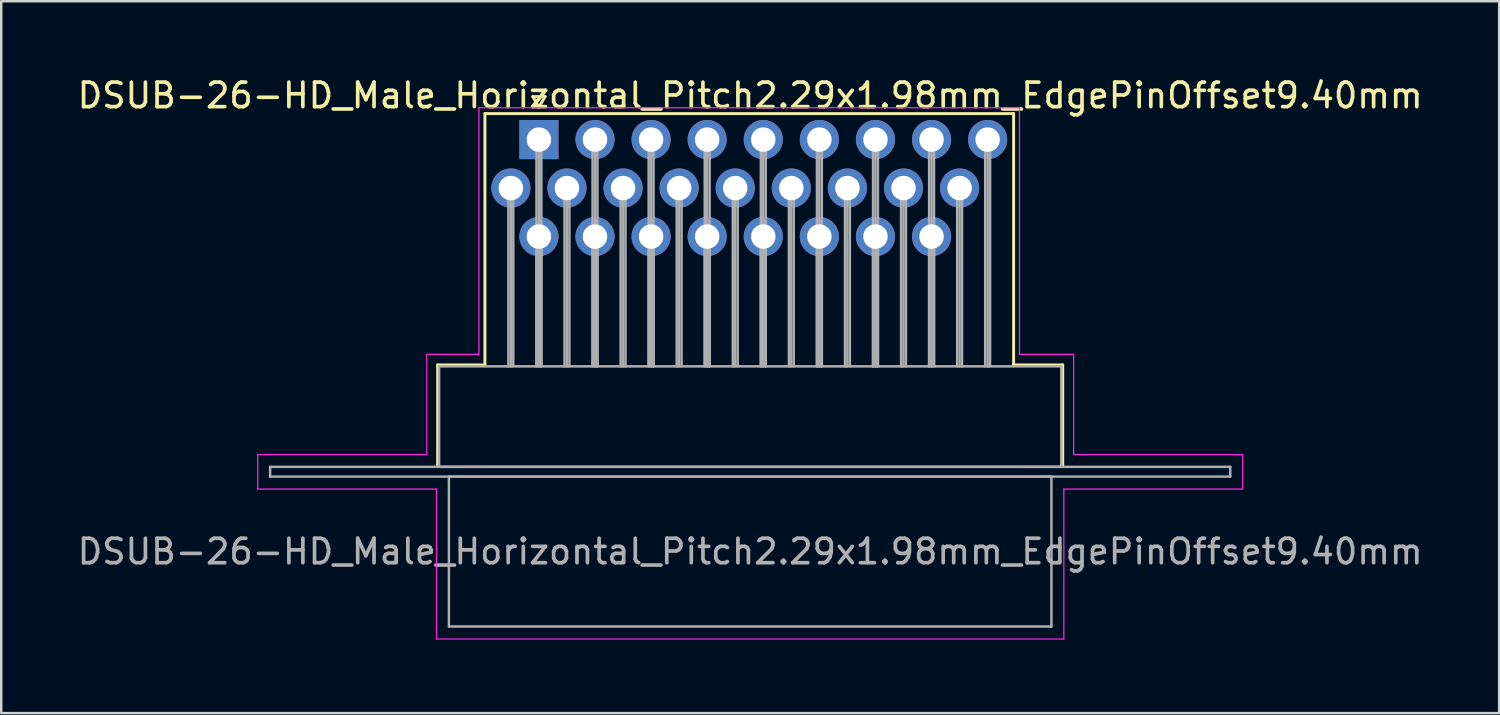
<source format=kicad_pcb>
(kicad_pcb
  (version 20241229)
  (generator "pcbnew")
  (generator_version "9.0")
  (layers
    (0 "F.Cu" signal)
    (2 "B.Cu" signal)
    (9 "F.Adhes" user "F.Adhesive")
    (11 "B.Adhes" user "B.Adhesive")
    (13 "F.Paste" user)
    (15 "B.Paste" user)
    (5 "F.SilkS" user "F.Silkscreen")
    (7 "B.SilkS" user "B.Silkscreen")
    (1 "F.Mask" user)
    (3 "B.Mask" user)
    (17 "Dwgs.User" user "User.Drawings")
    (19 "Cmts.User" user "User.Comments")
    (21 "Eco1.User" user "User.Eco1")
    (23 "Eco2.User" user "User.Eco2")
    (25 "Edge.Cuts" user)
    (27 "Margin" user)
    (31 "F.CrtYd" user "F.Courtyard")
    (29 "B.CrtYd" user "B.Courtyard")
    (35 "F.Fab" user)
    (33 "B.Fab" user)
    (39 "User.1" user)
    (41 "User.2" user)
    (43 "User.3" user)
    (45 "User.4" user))
  (footprint "DSUB-26-HD_Male_Horizontal_Pitch2.29x1.98mm_EdgePinOffset9.40mm"
    (layer "F.Cu")
    (at 18.952 2.648)
    (property "Reference" "DSUB-26-HD_Male_Horizontal_Pitch2.29x1.98mm_EdgePinOffset9.40mm" (at 8.625 -1.8 0) (layer "F.SilkS") (effects (font (size 1 1) (thickness 0.15))))
    (attr through_hole)
    (fp_line (start -4.135 9.2) (end -2.205 9.2) (stroke (width 0.12) (type solid)) (layer "F.SilkS"))
    (fp_line (start -4.135 13.3) (end -4.135 9.2) (stroke (width 0.12) (type solid)) (layer "F.SilkS"))
    (fp_line (start -2.205 -1.06) (end 19.38 -1.06) (stroke (width 0.12) (type solid)) (layer "F.SilkS"))
    (fp_line (start -2.205 9.2) (end -2.205 -1.06) (stroke (width 0.12) (type solid)) (layer "F.SilkS"))
    (fp_line (start -0.25 -1.754) (end 0.25 -1.754) (stroke (width 0.12) (type solid)) (layer "F.SilkS"))
    (fp_line (start 0 -1.321) (end -0.25 -1.754) (stroke (width 0.12) (type solid)) (layer "F.SilkS"))
    (fp_line (start 0.25 -1.754) (end 0 -1.321) (stroke (width 0.12) (type solid)) (layer "F.SilkS"))
    (fp_line (start 19.38 -1.06) (end 19.38 9.2) (stroke (width 0.12) (type solid)) (layer "F.SilkS"))
    (fp_line (start 19.38 9.2) (end 21.385 9.2) (stroke (width 0.12) (type solid)) (layer "F.SilkS"))
    (fp_line (start 21.385 9.2) (end 21.385 13.3) (stroke (width 0.12) (type solid)) (layer "F.SilkS"))
    (fp_line (start -11.48 12.86) (end -4.58 12.86) (stroke (width 0.05) (type solid)) (layer "F.CrtYd"))
    (fp_line (start -11.48 14.27) (end -11.48 12.86) (stroke (width 0.05) (type solid)) (layer "F.CrtYd"))
    (fp_line (start -4.58 8.77) (end -2.45 8.77) (stroke (width 0.05) (type solid)) (layer "F.CrtYd"))
    (fp_line (start -4.58 12.86) (end -4.58 8.77) (stroke (width 0.05) (type solid)) (layer "F.CrtYd"))
    (fp_line (start -4.18 14.27) (end -11.48 14.27) (stroke (width 0.05) (type solid)) (layer "F.CrtYd"))
    (fp_line (start -4.18 20.39) (end -4.18 14.27) (stroke (width 0.05) (type solid)) (layer "F.CrtYd"))
    (fp_line (start -2.45 -1.3) (end 19.62 -1.3) (stroke (width 0.05) (type solid)) (layer "F.CrtYd"))
    (fp_line (start -2.45 8.77) (end -2.45 -1.3) (stroke (width 0.05) (type solid)) (layer "F.CrtYd"))
    (fp_line (start 19.62 -1.3) (end 19.62 8.77) (stroke (width 0.05) (type solid)) (layer "F.CrtYd"))
    (fp_line (start 19.62 8.77) (end 21.83 8.77) (stroke (width 0.05) (type solid)) (layer "F.CrtYd"))
    (fp_line (start 21.43 14.27) (end 21.43 20.39) (stroke (width 0.05) (type solid)) (layer "F.CrtYd"))
    (fp_line (start 21.43 20.39) (end -4.18 20.39) (stroke (width 0.05) (type solid)) (layer "F.CrtYd"))
    (fp_line (start 21.83 8.77) (end 21.83 12.86) (stroke (width 0.05) (type solid)) (layer "F.CrtYd"))
    (fp_line (start 21.83 12.86) (end 28.73 12.86) (stroke (width 0.05) (type solid)) (layer "F.CrtYd"))
    (fp_line (start 28.73 12.86) (end 28.73 14.27) (stroke (width 0.05) (type solid)) (layer "F.CrtYd"))
    (fp_line (start 28.73 14.27) (end 21.43 14.27) (stroke (width 0.05) (type solid)) (layer "F.CrtYd"))
    (fp_line (start -10.975 13.36) (end -10.975 13.76) (stroke (width 0.1) (type solid)) (layer "F.Fab"))
    (fp_line (start -10.975 13.76) (end 28.225 13.76) (stroke (width 0.1) (type solid)) (layer "F.Fab"))
    (fp_line (start -4.075 9.26) (end -4.075 13.36) (stroke (width 0.1) (type solid)) (layer "F.Fab"))
    (fp_line (start -4.075 13.36) (end 21.325 13.36) (stroke (width 0.1) (type solid)) (layer "F.Fab"))
    (fp_line (start -3.675 13.76) (end -3.675 19.88) (stroke (width 0.1) (type solid)) (layer "F.Fab"))
    (fp_line (start -3.675 19.88) (end 20.925 19.88) (stroke (width 0.1) (type solid)) (layer "F.Fab"))
    (fp_line (start -1.245 1.98) (end -1.245 9.26) (stroke (width 0.1) (type solid)) (layer "F.Fab"))
    (fp_line (start -1.145 1.98) (end -1.145 9.26) (stroke (width 0.1) (type solid)) (layer "F.Fab"))
    (fp_line (start -1.045 1.98) (end -1.045 9.26) (stroke (width 0.1) (type solid)) (layer "F.Fab"))
    (fp_line (start -0.1 0) (end -0.1 9.26) (stroke (width 0.1) (type solid)) (layer "F.Fab"))
    (fp_line (start -0.1 3.96) (end -0.1 9.26) (stroke (width 0.1) (type solid)) (layer "F.Fab"))
    (fp_line (start 0 0) (end 0 9.26) (stroke (width 0.1) (type solid)) (layer "F.Fab"))
    (fp_line (start 0 3.96) (end 0 9.26) (stroke (width 0.1) (type solid)) (layer "F.Fab"))
    (fp_line (start 0.1 0) (end 0.1 9.26) (stroke (width 0.1) (type solid)) (layer "F.Fab"))
    (fp_line (start 0.1 3.96) (end 0.1 9.26) (stroke (width 0.1) (type solid)) (layer "F.Fab"))
    (fp_line (start 1.045 1.98) (end 1.045 9.26) (stroke (width 0.1) (type solid)) (layer "F.Fab"))
    (fp_line (start 1.145 1.98) (end 1.145 9.26) (stroke (width 0.1) (type solid)) (layer "F.Fab"))
    (fp_line (start 1.245 1.98) (end 1.245 9.26) (stroke (width 0.1) (type solid)) (layer "F.Fab"))
    (fp_line (start 2.19 0) (end 2.19 9.26) (stroke (width 0.1) (type solid)) (layer "F.Fab"))
    (fp_line (start 2.19 3.96) (end 2.19 9.26) (stroke (width 0.1) (type solid)) (layer "F.Fab"))
    (fp_line (start 2.29 0) (end 2.29 9.26) (stroke (width 0.1) (type solid)) (layer "F.Fab"))
    (fp_line (start 2.29 3.96) (end 2.29 9.26) (stroke (width 0.1) (type solid)) (layer "F.Fab"))
    (fp_line (start 2.39 0) (end 2.39 9.26) (stroke (width 0.1) (type solid)) (layer "F.Fab"))
    (fp_line (start 2.39 3.96) (end 2.39 9.26) (stroke (width 0.1) (type solid)) (layer "F.Fab"))
    (fp_line (start 3.335 1.98) (end 3.335 9.26) (stroke (width 0.1) (type solid)) (layer "F.Fab"))
    (fp_line (start 3.435 1.98) (end 3.435 9.26) (stroke (width 0.1) (type solid)) (layer "F.Fab"))
    (fp_line (start 3.535 1.98) (end 3.535 9.26) (stroke (width 0.1) (type solid)) (layer "F.Fab"))
    (fp_line (start 4.48 0) (end 4.48 9.26) (stroke (width 0.1) (type solid)) (layer "F.Fab"))
    (fp_line (start 4.48 3.96) (end 4.48 9.26) (stroke (width 0.1) (type solid)) (layer "F.Fab"))
    (fp_line (start 4.58 0) (end 4.58 9.26) (stroke (width 0.1) (type solid)) (layer "F.Fab"))
    (fp_line (start 4.58 3.96) (end 4.58 9.26) (stroke (width 0.1) (type solid)) (layer "F.Fab"))
    (fp_line (start 4.68 0) (end 4.68 9.26) (stroke (width 0.1) (type solid)) (layer "F.Fab"))
    (fp_line (start 4.68 3.96) (end 4.68 9.26) (stroke (width 0.1) (type solid)) (layer "F.Fab"))
    (fp_line (start 5.625 1.98) (end 5.625 9.26) (stroke (width 0.1) (type solid)) (layer "F.Fab"))
    (fp_line (start 5.725 1.98) (end 5.725 9.26) (stroke (width 0.1) (type solid)) (layer "F.Fab"))
    (fp_line (start 5.825 1.98) (end 5.825 9.26) (stroke (width 0.1) (type solid)) (layer "F.Fab"))
    (fp_line (start 6.77 0) (end 6.77 9.26) (stroke (width 0.1) (type solid)) (layer "F.Fab"))
    (fp_line (start 6.77 3.96) (end 6.77 9.26) (stroke (width 0.1) (type solid)) (layer "F.Fab"))
    (fp_line (start 6.87 0) (end 6.87 9.26) (stroke (width 0.1) (type solid)) (layer "F.Fab"))
    (fp_line (start 6.87 3.96) (end 6.87 9.26) (stroke (width 0.1) (type solid)) (layer "F.Fab"))
    (fp_line (start 6.97 0) (end 6.97 9.26) (stroke (width 0.1) (type solid)) (layer "F.Fab"))
    (fp_line (start 6.97 3.96) (end 6.97 9.26) (stroke (width 0.1) (type solid)) (layer "F.Fab"))
    (fp_line (start 7.915 1.98) (end 7.915 9.26) (stroke (width 0.1) (type solid)) (layer "F.Fab"))
    (fp_line (start 8.015 1.98) (end 8.015 9.26) (stroke (width 0.1) (type solid)) (layer "F.Fab"))
    (fp_line (start 8.115 1.98) (end 8.115 9.26) (stroke (width 0.1) (type solid)) (layer "F.Fab"))
    (fp_line (start 9.06 0) (end 9.06 9.26) (stroke (width 0.1) (type solid)) (layer "F.Fab"))
    (fp_line (start 9.06 3.96) (end 9.06 9.26) (stroke (width 0.1) (type solid)) (layer "F.Fab"))
    (fp_line (start 9.16 0) (end 9.16 9.26) (stroke (width 0.1) (type solid)) (layer "F.Fab"))
    (fp_line (start 9.16 3.96) (end 9.16 9.26) (stroke (width 0.1) (type solid)) (layer "F.Fab"))
    (fp_line (start 9.26 0) (end 9.26 9.26) (stroke (width 0.1) (type solid)) (layer "F.Fab"))
    (fp_line (start 9.26 3.96) (end 9.26 9.26) (stroke (width 0.1) (type solid)) (layer "F.Fab"))
    (fp_line (start 10.205 1.98) (end 10.205 9.26) (stroke (width 0.1) (type solid)) (layer "F.Fab"))
    (fp_line (start 10.305 1.98) (end 10.305 9.26) (stroke (width 0.1) (type solid)) (layer "F.Fab"))
    (fp_line (start 10.405 1.98) (end 10.405 9.26) (stroke (width 0.1) (type solid)) (layer "F.Fab"))
    (fp_line (start 11.35 0) (end 11.35 9.26) (stroke (width 0.1) (type solid)) (layer "F.Fab"))
    (fp_line (start 11.35 3.96) (end 11.35 9.26) (stroke (width 0.1) (type solid)) (layer "F.Fab"))
    (fp_line (start 11.45 0) (end 11.45 9.26) (stroke (width 0.1) (type solid)) (layer "F.Fab"))
    (fp_line (start 11.45 3.96) (end 11.45 9.26) (stroke (width 0.1) (type solid)) (layer "F.Fab"))
    (fp_line (start 11.55 0) (end 11.55 9.26) (stroke (width 0.1) (type solid)) (layer "F.Fab"))
    (fp_line (start 11.55 3.96) (end 11.55 9.26) (stroke (width 0.1) (type solid)) (layer "F.Fab"))
    (fp_line (start 12.495 1.98) (end 12.495 9.26) (stroke (width 0.1) (type solid)) (layer "F.Fab"))
    (fp_line (start 12.595 1.98) (end 12.595 9.26) (stroke (width 0.1) (type solid)) (layer "F.Fab"))
    (fp_line (start 12.695 1.98) (end 12.695 9.26) (stroke (width 0.1) (type solid)) (layer "F.Fab"))
    (fp_line (start 13.64 0) (end 13.64 9.26) (stroke (width 0.1) (type solid)) (layer "F.Fab"))
    (fp_line (start 13.64 3.96) (end 13.64 9.26) (stroke (width 0.1) (type solid)) (layer "F.Fab"))
    (fp_line (start 13.74 0) (end 13.74 9.26) (stroke (width 0.1) (type solid)) (layer "F.Fab"))
    (fp_line (start 13.74 3.96) (end 13.74 9.26) (stroke (width 0.1) (type solid)) (layer "F.Fab"))
    (fp_line (start 13.84 0) (end 13.84 9.26) (stroke (width 0.1) (type solid)) (layer "F.Fab"))
    (fp_line (start 13.84 3.96) (end 13.84 9.26) (stroke (width 0.1) (type solid)) (layer "F.Fab"))
    (fp_line (start 14.785 1.98) (end 14.785 9.26) (stroke (width 0.1) (type solid)) (layer "F.Fab"))
    (fp_line (start 14.885 1.98) (end 14.885 9.26) (stroke (width 0.1) (type solid)) (layer "F.Fab"))
    (fp_line (start 14.985 1.98) (end 14.985 9.26) (stroke (width 0.1) (type solid)) (layer "F.Fab"))
    (fp_line (start 15.93 0) (end 15.93 9.26) (stroke (width 0.1) (type solid)) (layer "F.Fab"))
    (fp_line (start 15.93 3.96) (end 15.93 9.26) (stroke (width 0.1) (type solid)) (layer "F.Fab"))
    (fp_line (start 16.03 0) (end 16.03 9.26) (stroke (width 0.1) (type solid)) (layer "F.Fab"))
    (fp_line (start 16.03 3.96) (end 16.03 9.26) (stroke (width 0.1) (type solid)) (layer "F.Fab"))
    (fp_line (start 16.13 0) (end 16.13 9.26) (stroke (width 0.1) (type solid)) (layer "F.Fab"))
    (fp_line (start 16.13 3.96) (end 16.13 9.26) (stroke (width 0.1) (type solid)) (layer "F.Fab"))
    (fp_line (start 17.075 1.98) (end 17.075 9.26) (stroke (width 0.1) (type solid)) (layer "F.Fab"))
    (fp_line (start 17.175 1.98) (end 17.175 9.26) (stroke (width 0.1) (type solid)) (layer "F.Fab"))
    (fp_line (start 17.275 1.98) (end 17.275 9.26) (stroke (width 0.1) (type solid)) (layer "F.Fab"))
    (fp_line (start 18.22 0) (end 18.22 9.26) (stroke (width 0.1) (type solid)) (layer "F.Fab"))
    (fp_line (start 18.32 0) (end 18.32 9.26) (stroke (width 0.1) (type solid)) (layer "F.Fab"))
    (fp_line (start 18.42 0) (end 18.42 9.26) (stroke (width 0.1) (type solid)) (layer "F.Fab"))
    (fp_line (start 20.925 13.76) (end -3.675 13.76) (stroke (width 0.1) (type solid)) (layer "F.Fab"))
    (fp_line (start 20.925 19.88) (end 20.925 13.76) (stroke (width 0.1) (type solid)) (layer "F.Fab"))
    (fp_line (start 21.325 9.26) (end -4.075 9.26) (stroke (width 0.1) (type solid)) (layer "F.Fab"))
    (fp_line (start 21.325 13.36) (end 21.325 9.26) (stroke (width 0.1) (type solid)) (layer "F.Fab"))
    (fp_line (start 28.225 13.36) (end -10.975 13.36) (stroke (width 0.1) (type solid)) (layer "F.Fab"))
    (fp_line (start 28.225 13.76) (end 28.225 13.36) (stroke (width 0.1) (type solid)) (layer "F.Fab"))
    (fp_text user "${REFERENCE}" (at 8.625 16.82 0) (layer "F.Fab") (effects (font (size 1 1) (thickness 0.15))))
    (pad "1" thru_hole rect (at 0 0) (size 1.6 1.6) (drill 1) (layers "*.Cu" "*.Mask"))
    (pad "2" thru_hole circle (at 2.29 0) (size 1.6 1.6) (drill 1) (layers "*.Cu" "*.Mask"))
    (pad "3" thru_hole circle (at 4.58 0) (size 1.6 1.6) (drill 1) (layers "*.Cu" "*.Mask"))
    (pad "4" thru_hole circle (at 6.87 0) (size 1.6 1.6) (drill 1) (layers "*.Cu" "*.Mask"))
    (pad "5" thru_hole circle (at 9.16 0) (size 1.6 1.6) (drill 1) (layers "*.Cu" "*.Mask"))
    (pad "6" thru_hole circle (at 11.45 0) (size 1.6 1.6) (drill 1) (layers "*.Cu" "*.Mask"))
    (pad "7" thru_hole circle (at 13.74 0) (size 1.6 1.6) (drill 1) (layers "*.Cu" "*.Mask"))
    (pad "8" thru_hole circle (at 16.03 0) (size 1.6 1.6) (drill 1) (layers "*.Cu" "*.Mask"))
    (pad "9" thru_hole circle (at 18.32 0) (size 1.6 1.6) (drill 1) (layers "*.Cu" "*.Mask"))
    (pad "10" thru_hole circle (at -1.145 1.98) (size 1.6 1.6) (drill 1) (layers "*.Cu" "*.Mask"))
    (pad "11" thru_hole circle (at 1.145 1.98) (size 1.6 1.6) (drill 1) (layers "*.Cu" "*.Mask"))
    (pad "12" thru_hole circle (at 3.435 1.98) (size 1.6 1.6) (drill 1) (layers "*.Cu" "*.Mask"))
    (pad "13" thru_hole circle (at 5.725 1.98) (size 1.6 1.6) (drill 1) (layers "*.Cu" "*.Mask"))
    (pad "14" thru_hole circle (at 8.015 1.98) (size 1.6 1.6) (drill 1) (layers "*.Cu" "*.Mask"))
    (pad "15" thru_hole circle (at 10.305 1.98) (size 1.6 1.6) (drill 1) (layers "*.Cu" "*.Mask"))
    (pad "16" thru_hole circle (at 12.595 1.98) (size 1.6 1.6) (drill 1) (layers "*.Cu" "*.Mask"))
    (pad "17" thru_hole circle (at 14.885 1.98) (size 1.6 1.6) (drill 1) (layers "*.Cu" "*.Mask"))
    (pad "18" thru_hole circle (at 17.175 1.98) (size 1.6 1.6) (drill 1) (layers "*.Cu" "*.Mask"))
    (pad "19" thru_hole circle (at 0 3.96) (size 1.6 1.6) (drill 1) (layers "*.Cu" "*.Mask"))
    (pad "20" thru_hole circle (at 2.29 3.96) (size 1.6 1.6) (drill 1) (layers "*.Cu" "*.Mask"))
    (pad "21" thru_hole circle (at 4.58 3.96) (size 1.6 1.6) (drill 1) (layers "*.Cu" "*.Mask"))
    (pad "22" thru_hole circle (at 6.87 3.96) (size 1.6 1.6) (drill 1) (layers "*.Cu" "*.Mask"))
    (pad "23" thru_hole circle (at 9.16 3.96) (size 1.6 1.6) (drill 1) (layers "*.Cu" "*.Mask"))
    (pad "24" thru_hole circle (at 11.45 3.96) (size 1.6 1.6) (drill 1) (layers "*.Cu" "*.Mask"))
    (pad "25" thru_hole circle (at 13.74 3.96) (size 1.6 1.6) (drill 1) (layers "*.Cu" "*.Mask"))
    (pad "26" thru_hole circle (at 16.03 3.96) (size 1.6 1.6) (drill 1) (layers "*.Cu" "*.Mask")))
  (gr_rect
    (start -3 -3)
    (end 58.155 26.063)
    (stroke (width 0.1) (type default))
    (fill no)
    (layer "Edge.Cuts")))
</source>
